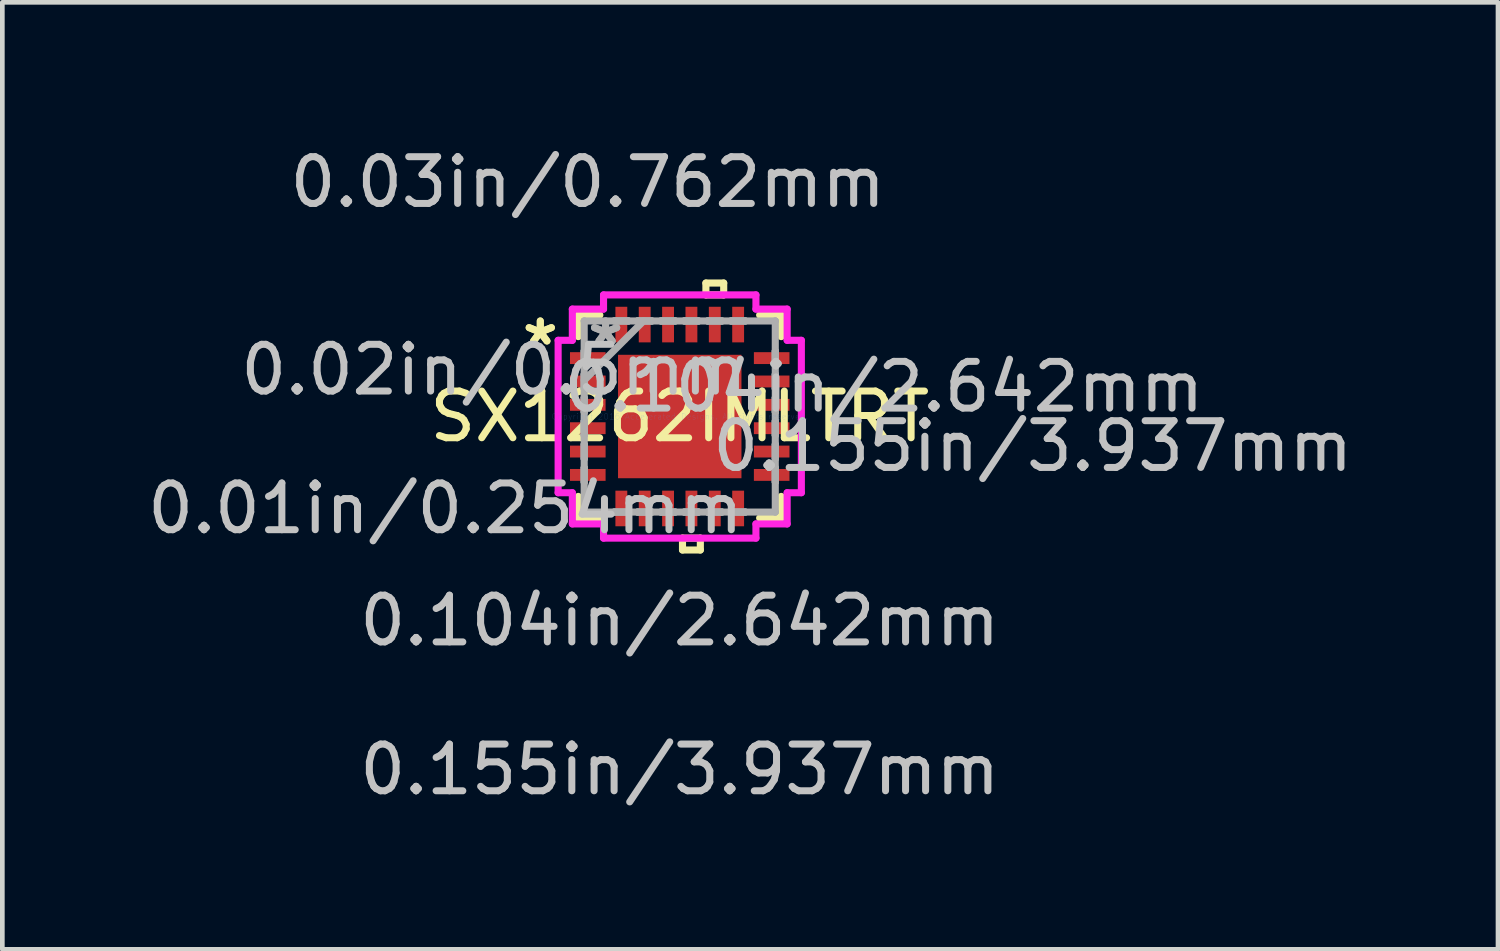
<source format=kicad_pcb>
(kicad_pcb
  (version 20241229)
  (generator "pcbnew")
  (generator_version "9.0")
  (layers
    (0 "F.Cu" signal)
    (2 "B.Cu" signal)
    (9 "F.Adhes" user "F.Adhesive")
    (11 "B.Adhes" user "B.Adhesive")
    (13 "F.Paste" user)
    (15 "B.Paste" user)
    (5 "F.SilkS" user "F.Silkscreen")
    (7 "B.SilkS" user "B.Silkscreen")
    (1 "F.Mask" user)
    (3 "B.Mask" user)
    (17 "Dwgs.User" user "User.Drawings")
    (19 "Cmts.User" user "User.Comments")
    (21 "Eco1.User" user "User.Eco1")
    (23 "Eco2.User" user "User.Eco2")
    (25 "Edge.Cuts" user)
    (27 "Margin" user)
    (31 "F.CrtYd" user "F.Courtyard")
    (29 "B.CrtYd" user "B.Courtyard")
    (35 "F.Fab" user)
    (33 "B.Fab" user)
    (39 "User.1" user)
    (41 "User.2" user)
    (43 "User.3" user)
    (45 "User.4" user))
  (footprint "SX1262IMLTRT"
    (layer "F.Cu")
    (at 11.499 5.865)
    (property "Reference" "SX1262IMLTRT" (at 0 0 0) (layer "F.SilkS") (effects (font (size 1 1) (thickness 0.15))))
    (attr through_hole)
    (fp_line (start -2.172 -2.172) (end -2.172 -1.71) (stroke (width 0.152) (type solid)) (layer "F.SilkS"))
    (fp_line (start -2.172 1.71) (end -2.172 2.172) (stroke (width 0.152) (type solid)) (layer "F.SilkS"))
    (fp_line (start -2.172 2.172) (end -1.71 2.172) (stroke (width 0.152) (type solid)) (layer "F.SilkS"))
    (fp_line (start -1.71 -2.172) (end -2.172 -2.172) (stroke (width 0.152) (type solid)) (layer "F.SilkS"))
    (fp_line (start 0.059 2.603) (end 0.059 2.857) (stroke (width 0.152) (type solid)) (layer "F.SilkS"))
    (fp_line (start 0.059 2.857) (end 0.441 2.857) (stroke (width 0.152) (type solid)) (layer "F.SilkS"))
    (fp_line (start 0.441 2.603) (end 0.059 2.603) (stroke (width 0.152) (type solid)) (layer "F.SilkS"))
    (fp_line (start 0.441 2.857) (end 0.441 2.603) (stroke (width 0.152) (type solid)) (layer "F.SilkS"))
    (fp_line (start 0.56 -2.857) (end 0.941 -2.857) (stroke (width 0.152) (type solid)) (layer "F.SilkS"))
    (fp_line (start 0.56 -2.603) (end 0.56 -2.857) (stroke (width 0.152) (type solid)) (layer "F.SilkS"))
    (fp_line (start 0.941 -2.857) (end 0.941 -2.603) (stroke (width 0.152) (type solid)) (layer "F.SilkS"))
    (fp_line (start 0.941 -2.603) (end 0.56 -2.603) (stroke (width 0.152) (type solid)) (layer "F.SilkS"))
    (fp_line (start 1.71 2.172) (end 2.172 2.172) (stroke (width 0.152) (type solid)) (layer "F.SilkS"))
    (fp_line (start 2.172 -2.172) (end 1.71 -2.172) (stroke (width 0.152) (type solid)) (layer "F.SilkS"))
    (fp_line (start 2.172 -1.71) (end 2.172 -2.172) (stroke (width 0.152) (type solid)) (layer "F.SilkS"))
    (fp_line (start 2.172 2.172) (end 2.172 1.71) (stroke (width 0.152) (type solid)) (layer "F.SilkS"))
    (fp_line (start -1.221 -1.221) (end -1.221 -0.1) (stroke (width 0.152) (type solid)) (layer "F.Paste"))
    (fp_line (start -1.221 -0.1) (end -0.1 -0.1) (stroke (width 0.152) (type solid)) (layer "F.Paste"))
    (fp_line (start -1.221 0.1) (end -1.221 1.221) (stroke (width 0.152) (type solid)) (layer "F.Paste"))
    (fp_line (start -1.221 1.221) (end -0.1 1.221) (stroke (width 0.152) (type solid)) (layer "F.Paste"))
    (fp_line (start -0.1 -1.221) (end -1.221 -1.221) (stroke (width 0.152) (type solid)) (layer "F.Paste"))
    (fp_line (start -0.1 -0.1) (end -0.1 -1.221) (stroke (width 0.152) (type solid)) (layer "F.Paste"))
    (fp_line (start -0.1 0.1) (end -1.221 0.1) (stroke (width 0.152) (type solid)) (layer "F.Paste"))
    (fp_line (start -0.1 1.221) (end -0.1 0.1) (stroke (width 0.152) (type solid)) (layer "F.Paste"))
    (fp_line (start 0.1 -1.221) (end 0.1 -0.1) (stroke (width 0.152) (type solid)) (layer "F.Paste"))
    (fp_line (start 0.1 -0.1) (end 1.221 -0.1) (stroke (width 0.152) (type solid)) (layer "F.Paste"))
    (fp_line (start 0.1 0.1) (end 0.1 1.221) (stroke (width 0.152) (type solid)) (layer "F.Paste"))
    (fp_line (start 0.1 1.221) (end 1.221 1.221) (stroke (width 0.152) (type solid)) (layer "F.Paste"))
    (fp_line (start 1.221 -1.221) (end 0.1 -1.221) (stroke (width 0.152) (type solid)) (layer "F.Paste"))
    (fp_line (start 1.221 -0.1) (end 1.221 -1.221) (stroke (width 0.152) (type solid)) (layer "F.Paste"))
    (fp_line (start 1.221 0.1) (end 0.1 0.1) (stroke (width 0.152) (type solid)) (layer "F.Paste"))
    (fp_line (start 1.221 1.221) (end 1.221 0.1) (stroke (width 0.152) (type solid)) (layer "F.Paste"))
    (fp_line (start -2.603 -1.631) (end -2.299 -1.631) (stroke (width 0.152) (type solid)) (layer "F.CrtYd"))
    (fp_line (start -2.603 1.631) (end -2.603 -1.631) (stroke (width 0.152) (type solid)) (layer "F.CrtYd"))
    (fp_line (start -2.299 -2.299) (end -1.631 -2.299) (stroke (width 0.152) (type solid)) (layer "F.CrtYd"))
    (fp_line (start -2.299 -1.631) (end -2.299 -2.299) (stroke (width 0.152) (type solid)) (layer "F.CrtYd"))
    (fp_line (start -2.299 1.631) (end -2.603 1.631) (stroke (width 0.152) (type solid)) (layer "F.CrtYd"))
    (fp_line (start -2.299 2.299) (end -2.299 1.631) (stroke (width 0.152) (type solid)) (layer "F.CrtYd"))
    (fp_line (start -1.631 -2.603) (end 1.631 -2.603) (stroke (width 0.152) (type solid)) (layer "F.CrtYd"))
    (fp_line (start -1.631 -2.299) (end -1.631 -2.603) (stroke (width 0.152) (type solid)) (layer "F.CrtYd"))
    (fp_line (start -1.631 2.299) (end -2.299 2.299) (stroke (width 0.152) (type solid)) (layer "F.CrtYd"))
    (fp_line (start -1.631 2.603) (end -1.631 2.299) (stroke (width 0.152) (type solid)) (layer "F.CrtYd"))
    (fp_line (start 1.631 -2.603) (end 1.631 -2.299) (stroke (width 0.152) (type solid)) (layer "F.CrtYd"))
    (fp_line (start 1.631 -2.299) (end 2.299 -2.299) (stroke (width 0.152) (type solid)) (layer "F.CrtYd"))
    (fp_line (start 1.631 2.299) (end 1.631 2.603) (stroke (width 0.152) (type solid)) (layer "F.CrtYd"))
    (fp_line (start 1.631 2.603) (end -1.631 2.603) (stroke (width 0.152) (type solid)) (layer "F.CrtYd"))
    (fp_line (start 2.299 -2.299) (end 2.299 -1.631) (stroke (width 0.152) (type solid)) (layer "F.CrtYd"))
    (fp_line (start 2.299 -1.631) (end 2.603 -1.631) (stroke (width 0.152) (type solid)) (layer "F.CrtYd"))
    (fp_line (start 2.299 1.631) (end 2.299 2.299) (stroke (width 0.152) (type solid)) (layer "F.CrtYd"))
    (fp_line (start 2.299 2.299) (end 1.631 2.299) (stroke (width 0.152) (type solid)) (layer "F.CrtYd"))
    (fp_line (start 2.603 -1.631) (end 2.603 1.631) (stroke (width 0.152) (type solid)) (layer "F.CrtYd"))
    (fp_line (start 2.603 1.631) (end 2.299 1.631) (stroke (width 0.152) (type solid)) (layer "F.CrtYd"))
    (fp_line (start -2.045 -2.045) (end -2.045 -2.045) (stroke (width 0.152) (type solid)) (layer "F.Fab"))
    (fp_line (start -2.045 -2.045) (end -2.045 2.045) (stroke (width 0.152) (type solid)) (layer "F.Fab"))
    (fp_line (start -2.045 -1.402) (end -2.045 -1.402) (stroke (width 0.152) (type solid)) (layer "F.Fab"))
    (fp_line (start -2.045 -1.402) (end -2.045 -1.098) (stroke (width 0.152) (type solid)) (layer "F.Fab"))
    (fp_line (start -2.045 -1.098) (end -2.045 -1.402) (stroke (width 0.152) (type solid)) (layer "F.Fab"))
    (fp_line (start -2.045 -1.098) (end -2.045 -1.098) (stroke (width 0.152) (type solid)) (layer "F.Fab"))
    (fp_line (start -2.045 -0.902) (end -2.045 -0.902) (stroke (width 0.152) (type solid)) (layer "F.Fab"))
    (fp_line (start -2.045 -0.902) (end -2.045 -0.598) (stroke (width 0.152) (type solid)) (layer "F.Fab"))
    (fp_line (start -2.045 -0.775) (end -0.775 -2.045) (stroke (width 0.152) (type solid)) (layer "F.Fab"))
    (fp_line (start -2.045 -0.598) (end -2.045 -0.902) (stroke (width 0.152) (type solid)) (layer "F.Fab"))
    (fp_line (start -2.045 -0.598) (end -2.045 -0.598) (stroke (width 0.152) (type solid)) (layer "F.Fab"))
    (fp_line (start -2.045 -0.402) (end -2.045 -0.402) (stroke (width 0.152) (type solid)) (layer "F.Fab"))
    (fp_line (start -2.045 -0.402) (end -2.045 -0.098) (stroke (width 0.152) (type solid)) (layer "F.Fab"))
    (fp_line (start -2.045 -0.098) (end -2.045 -0.402) (stroke (width 0.152) (type solid)) (layer "F.Fab"))
    (fp_line (start -2.045 -0.098) (end -2.045 -0.098) (stroke (width 0.152) (type solid)) (layer "F.Fab"))
    (fp_line (start -2.045 0.098) (end -2.045 0.098) (stroke (width 0.152) (type solid)) (layer "F.Fab"))
    (fp_line (start -2.045 0.098) (end -2.045 0.402) (stroke (width 0.152) (type solid)) (layer "F.Fab"))
    (fp_line (start -2.045 0.402) (end -2.045 0.098) (stroke (width 0.152) (type solid)) (layer "F.Fab"))
    (fp_line (start -2.045 0.402) (end -2.045 0.402) (stroke (width 0.152) (type solid)) (layer "F.Fab"))
    (fp_line (start -2.045 0.598) (end -2.045 0.598) (stroke (width 0.152) (type solid)) (layer "F.Fab"))
    (fp_line (start -2.045 0.598) (end -2.045 0.902) (stroke (width 0.152) (type solid)) (layer "F.Fab"))
    (fp_line (start -2.045 0.902) (end -2.045 0.598) (stroke (width 0.152) (type solid)) (layer "F.Fab"))
    (fp_line (start -2.045 0.902) (end -2.045 0.902) (stroke (width 0.152) (type solid)) (layer "F.Fab"))
    (fp_line (start -2.045 1.098) (end -2.045 1.098) (stroke (width 0.152) (type solid)) (layer "F.Fab"))
    (fp_line (start -2.045 1.098) (end -2.045 1.402) (stroke (width 0.152) (type solid)) (layer "F.Fab"))
    (fp_line (start -2.045 1.402) (end -2.045 1.098) (stroke (width 0.152) (type solid)) (layer "F.Fab"))
    (fp_line (start -2.045 1.402) (end -2.045 1.402) (stroke (width 0.152) (type solid)) (layer "F.Fab"))
    (fp_line (start -2.045 2.045) (end -2.045 2.045) (stroke (width 0.152) (type solid)) (layer "F.Fab"))
    (fp_line (start -2.045 2.045) (end 2.045 2.045) (stroke (width 0.152) (type solid)) (layer "F.Fab"))
    (fp_line (start -1.402 -2.045) (end -1.402 -2.045) (stroke (width 0.152) (type solid)) (layer "F.Fab"))
    (fp_line (start -1.402 -2.045) (end -1.098 -2.045) (stroke (width 0.152) (type solid)) (layer "F.Fab"))
    (fp_line (start -1.402 2.045) (end -1.402 2.045) (stroke (width 0.152) (type solid)) (layer "F.Fab"))
    (fp_line (start -1.402 2.045) (end -1.098 2.045) (stroke (width 0.152) (type solid)) (layer "F.Fab"))
    (fp_line (start -1.098 -2.045) (end -1.402 -2.045) (stroke (width 0.152) (type solid)) (layer "F.Fab"))
    (fp_line (start -1.098 -2.045) (end -1.098 -2.045) (stroke (width 0.152) (type solid)) (layer "F.Fab"))
    (fp_line (start -1.098 2.045) (end -1.402 2.045) (stroke (width 0.152) (type solid)) (layer "F.Fab"))
    (fp_line (start -1.098 2.045) (end -1.098 2.045) (stroke (width 0.152) (type solid)) (layer "F.Fab"))
    (fp_line (start -0.902 -2.045) (end -0.902 -2.045) (stroke (width 0.152) (type solid)) (layer "F.Fab"))
    (fp_line (start -0.902 -2.045) (end -0.598 -2.045) (stroke (width 0.152) (type solid)) (layer "F.Fab"))
    (fp_line (start -0.902 2.045) (end -0.902 2.045) (stroke (width 0.152) (type solid)) (layer "F.Fab"))
    (fp_line (start -0.902 2.045) (end -0.598 2.045) (stroke (width 0.152) (type solid)) (layer "F.Fab"))
    (fp_line (start -0.598 -2.045) (end -0.902 -2.045) (stroke (width 0.152) (type solid)) (layer "F.Fab"))
    (fp_line (start -0.598 -2.045) (end -0.598 -2.045) (stroke (width 0.152) (type solid)) (layer "F.Fab"))
    (fp_line (start -0.598 2.045) (end -0.902 2.045) (stroke (width 0.152) (type solid)) (layer "F.Fab"))
    (fp_line (start -0.598 2.045) (end -0.598 2.045) (stroke (width 0.152) (type solid)) (layer "F.Fab"))
    (fp_line (start -0.402 -2.045) (end -0.402 -2.045) (stroke (width 0.152) (type solid)) (layer "F.Fab"))
    (fp_line (start -0.402 -2.045) (end -0.098 -2.045) (stroke (width 0.152) (type solid)) (layer "F.Fab"))
    (fp_line (start -0.402 2.045) (end -0.402 2.045) (stroke (width 0.152) (type solid)) (layer "F.Fab"))
    (fp_line (start -0.402 2.045) (end -0.098 2.045) (stroke (width 0.152) (type solid)) (layer "F.Fab"))
    (fp_line (start -0.098 -2.045) (end -0.402 -2.045) (stroke (width 0.152) (type solid)) (layer "F.Fab"))
    (fp_line (start -0.098 -2.045) (end -0.098 -2.045) (stroke (width 0.152) (type solid)) (layer "F.Fab"))
    (fp_line (start -0.098 2.045) (end -0.402 2.045) (stroke (width 0.152) (type solid)) (layer "F.Fab"))
    (fp_line (start -0.098 2.045) (end -0.098 2.045) (stroke (width 0.152) (type solid)) (layer "F.Fab"))
    (fp_line (start 0.098 -2.045) (end 0.098 -2.045) (stroke (width 0.152) (type solid)) (layer "F.Fab"))
    (fp_line (start 0.098 -2.045) (end 0.402 -2.045) (stroke (width 0.152) (type solid)) (layer "F.Fab"))
    (fp_line (start 0.098 2.045) (end 0.098 2.045) (stroke (width 0.152) (type solid)) (layer "F.Fab"))
    (fp_line (start 0.098 2.045) (end 0.402 2.045) (stroke (width 0.152) (type solid)) (layer "F.Fab"))
    (fp_line (start 0.402 -2.045) (end 0.098 -2.045) (stroke (width 0.152) (type solid)) (layer "F.Fab"))
    (fp_line (start 0.402 -2.045) (end 0.402 -2.045) (stroke (width 0.152) (type solid)) (layer "F.Fab"))
    (fp_line (start 0.402 2.045) (end 0.098 2.045) (stroke (width 0.152) (type solid)) (layer "F.Fab"))
    (fp_line (start 0.402 2.045) (end 0.402 2.045) (stroke (width 0.152) (type solid)) (layer "F.Fab"))
    (fp_line (start 0.598 -2.045) (end 0.598 -2.045) (stroke (width 0.152) (type solid)) (layer "F.Fab"))
    (fp_line (start 0.598 -2.045) (end 0.902 -2.045) (stroke (width 0.152) (type solid)) (layer "F.Fab"))
    (fp_line (start 0.598 2.045) (end 0.598 2.045) (stroke (width 0.152) (type solid)) (layer "F.Fab"))
    (fp_line (start 0.598 2.045) (end 0.902 2.045) (stroke (width 0.152) (type solid)) (layer "F.Fab"))
    (fp_line (start 0.902 -2.045) (end 0.598 -2.045) (stroke (width 0.152) (type solid)) (layer "F.Fab"))
    (fp_line (start 0.902 -2.045) (end 0.902 -2.045) (stroke (width 0.152) (type solid)) (layer "F.Fab"))
    (fp_line (start 0.902 2.045) (end 0.598 2.045) (stroke (width 0.152) (type solid)) (layer "F.Fab"))
    (fp_line (start 0.902 2.045) (end 0.902 2.045) (stroke (width 0.152) (type solid)) (layer "F.Fab"))
    (fp_line (start 1.098 -2.045) (end 1.098 -2.045) (stroke (width 0.152) (type solid)) (layer "F.Fab"))
    (fp_line (start 1.098 -2.045) (end 1.402 -2.045) (stroke (width 0.152) (type solid)) (layer "F.Fab"))
    (fp_line (start 1.098 2.045) (end 1.098 2.045) (stroke (width 0.152) (type solid)) (layer "F.Fab"))
    (fp_line (start 1.098 2.045) (end 1.402 2.045) (stroke (width 0.152) (type solid)) (layer "F.Fab"))
    (fp_line (start 1.402 -2.045) (end 1.098 -2.045) (stroke (width 0.152) (type solid)) (layer "F.Fab"))
    (fp_line (start 1.402 -2.045) (end 1.402 -2.045) (stroke (width 0.152) (type solid)) (layer "F.Fab"))
    (fp_line (start 1.402 2.045) (end 1.098 2.045) (stroke (width 0.152) (type solid)) (layer "F.Fab"))
    (fp_line (start 1.402 2.045) (end 1.402 2.045) (stroke (width 0.152) (type solid)) (layer "F.Fab"))
    (fp_line (start 2.045 -2.045) (end -2.045 -2.045) (stroke (width 0.152) (type solid)) (layer "F.Fab"))
    (fp_line (start 2.045 -2.045) (end 2.045 -2.045) (stroke (width 0.152) (type solid)) (layer "F.Fab"))
    (fp_line (start 2.045 -1.402) (end 2.045 -1.402) (stroke (width 0.152) (type solid)) (layer "F.Fab"))
    (fp_line (start 2.045 -1.402) (end 2.045 -1.098) (stroke (width 0.152) (type solid)) (layer "F.Fab"))
    (fp_line (start 2.045 -1.098) (end 2.045 -1.402) (stroke (width 0.152) (type solid)) (layer "F.Fab"))
    (fp_line (start 2.045 -1.098) (end 2.045 -1.098) (stroke (width 0.152) (type solid)) (layer "F.Fab"))
    (fp_line (start 2.045 -0.902) (end 2.045 -0.902) (stroke (width 0.152) (type solid)) (layer "F.Fab"))
    (fp_line (start 2.045 -0.902) (end 2.045 -0.598) (stroke (width 0.152) (type solid)) (layer "F.Fab"))
    (fp_line (start 2.045 -0.598) (end 2.045 -0.902) (stroke (width 0.152) (type solid)) (layer "F.Fab"))
    (fp_line (start 2.045 -0.598) (end 2.045 -0.598) (stroke (width 0.152) (type solid)) (layer "F.Fab"))
    (fp_line (start 2.045 -0.402) (end 2.045 -0.402) (stroke (width 0.152) (type solid)) (layer "F.Fab"))
    (fp_line (start 2.045 -0.402) (end 2.045 -0.098) (stroke (width 0.152) (type solid)) (layer "F.Fab"))
    (fp_line (start 2.045 -0.098) (end 2.045 -0.402) (stroke (width 0.152) (type solid)) (layer "F.Fab"))
    (fp_line (start 2.045 -0.098) (end 2.045 -0.098) (stroke (width 0.152) (type solid)) (layer "F.Fab"))
    (fp_line (start 2.045 0.098) (end 2.045 0.098) (stroke (width 0.152) (type solid)) (layer "F.Fab"))
    (fp_line (start 2.045 0.098) (end 2.045 0.402) (stroke (width 0.152) (type solid)) (layer "F.Fab"))
    (fp_line (start 2.045 0.402) (end 2.045 0.098) (stroke (width 0.152) (type solid)) (layer "F.Fab"))
    (fp_line (start 2.045 0.402) (end 2.045 0.402) (stroke (width 0.152) (type solid)) (layer "F.Fab"))
    (fp_line (start 2.045 0.598) (end 2.045 0.598) (stroke (width 0.152) (type solid)) (layer "F.Fab"))
    (fp_line (start 2.045 0.598) (end 2.045 0.902) (stroke (width 0.152) (type solid)) (layer "F.Fab"))
    (fp_line (start 2.045 0.902) (end 2.045 0.598) (stroke (width 0.152) (type solid)) (layer "F.Fab"))
    (fp_line (start 2.045 0.902) (end 2.045 0.902) (stroke (width 0.152) (type solid)) (layer "F.Fab"))
    (fp_line (start 2.045 1.098) (end 2.045 1.098) (stroke (width 0.152) (type solid)) (layer "F.Fab"))
    (fp_line (start 2.045 1.098) (end 2.045 1.402) (stroke (width 0.152) (type solid)) (layer "F.Fab"))
    (fp_line (start 2.045 1.402) (end 2.045 1.098) (stroke (width 0.152) (type solid)) (layer "F.Fab"))
    (fp_line (start 2.045 1.402) (end 2.045 1.402) (stroke (width 0.152) (type solid)) (layer "F.Fab"))
    (fp_line (start 2.045 2.045) (end 2.045 -2.045) (stroke (width 0.152) (type solid)) (layer "F.Fab"))
    (fp_line (start 2.045 2.045) (end 2.045 2.045) (stroke (width 0.152) (type solid)) (layer "F.Fab"))
    (fp_text user "*" (at -2.985 -1.5 0) (layer "F.SilkS") (effects (font (size 1 1) (thickness 0.15))))
    (fp_text user "*" (at -2.985 -1.5 0) (layer "F.SilkS") (effects (font (size 1 1) (thickness 0.15))))
    (fp_text user "0.155in/3.937mm" (at 0 7.556 0) (layer "Dwgs.User") (effects (font (size 1 1) (thickness 0.15))))
    (fp_text user "0.01in/0.254mm" (at -5.016 1.968 0) (layer "Dwgs.User") (effects (font (size 1 1) (thickness 0.15))))
    (fp_text user "0.104in/2.642mm" (at 0 4.369 0) (layer "Dwgs.User") (effects (font (size 1 1) (thickness 0.15))))
    (fp_text user "0.02in/0.5mm" (at -3.975 -1 0) (layer "Dwgs.User") (effects (font (size 1 1) (thickness 0.15))))
    (fp_text user "0.155in/3.937mm" (at 7.556 0.635 0) (layer "Dwgs.User") (effects (font (size 1 1) (thickness 0.15))))
    (fp_text user "0.104in/2.642mm" (at 4.369 -0.635 0) (layer "Dwgs.User") (effects (font (size 1 1) (thickness 0.15))))
    (fp_text user "0.03in/0.762mm" (at -1.968 -5.016 0) (layer "Dwgs.User") (effects (font (size 1 1) (thickness 0.15))))
    (fp_text user "Copyright 2016 Accelerated Designs. All rights reserved." (at 0 0 0) (layer "Cmts.User") (effects (font (size 0.127 0.127) (thickness 0.002))))
    (fp_text user "*" (at -1.587 -1.5 0) (layer "F.Fab") (effects (font (size 1 1) (thickness 0.15))))
    (fp_text user "*" (at -1.587 -1.5 0) (layer "F.Fab") (effects (font (size 1 1) (thickness 0.15))))
    (pad "1" smd rect (at -1.968 -1.25 90) (size 0.254 0.762) (layers "F.Cu" "F.Mask" "F.Paste"))
    (pad "2" smd rect (at -1.968 -0.75 90) (size 0.254 0.762) (layers "F.Cu" "F.Mask" "F.Paste"))
    (pad "3" smd rect (at -1.968 -0.25 90) (size 0.254 0.762) (layers "F.Cu" "F.Mask" "F.Paste"))
    (pad "4" smd rect (at -1.968 0.25 90) (size 0.254 0.762) (layers "F.Cu" "F.Mask" "F.Paste"))
    (pad "5" smd rect (at -1.968 0.75 90) (size 0.254 0.762) (layers "F.Cu" "F.Mask" "F.Paste"))
    (pad "6" smd rect (at -1.968 1.25 90) (size 0.254 0.762) (layers "F.Cu" "F.Mask" "F.Paste"))
    (pad "7" smd rect (at -1.25 1.968) (size 0.254 0.762) (layers "F.Cu" "F.Mask" "F.Paste"))
    (pad "8" smd rect (at -0.75 1.968) (size 0.254 0.762) (layers "F.Cu" "F.Mask" "F.Paste"))
    (pad "9" smd rect (at -0.25 1.968) (size 0.254 0.762) (layers "F.Cu" "F.Mask" "F.Paste"))
    (pad "10" smd rect (at 0.25 1.968) (size 0.254 0.762) (layers "F.Cu" "F.Mask" "F.Paste"))
    (pad "11" smd rect (at 0.75 1.968) (size 0.254 0.762) (layers "F.Cu" "F.Mask" "F.Paste"))
    (pad "12" smd rect (at 1.25 1.968) (size 0.254 0.762) (layers "F.Cu" "F.Mask" "F.Paste"))
    (pad "13" smd rect (at 1.968 1.25 90) (size 0.254 0.762) (layers "F.Cu" "F.Mask" "F.Paste"))
    (pad "14" smd rect (at 1.968 0.75 90) (size 0.254 0.762) (layers "F.Cu" "F.Mask" "F.Paste"))
    (pad "15" smd rect (at 1.968 0.25 90) (size 0.254 0.762) (layers "F.Cu" "F.Mask" "F.Paste"))
    (pad "16" smd rect (at 1.968 -0.25 90) (size 0.254 0.762) (layers "F.Cu" "F.Mask" "F.Paste"))
    (pad "17" smd rect (at 1.968 -0.75 90) (size 0.254 0.762) (layers "F.Cu" "F.Mask" "F.Paste"))
    (pad "18" smd rect (at 1.968 -1.25 90) (size 0.254 0.762) (layers "F.Cu" "F.Mask" "F.Paste"))
    (pad "19" smd rect (at 1.25 -1.968) (size 0.254 0.762) (layers "F.Cu" "F.Mask" "F.Paste"))
    (pad "20" smd rect (at 0.75 -1.968) (size 0.254 0.762) (layers "F.Cu" "F.Mask" "F.Paste"))
    (pad "21" smd rect (at 0.25 -1.968) (size 0.254 0.762) (layers "F.Cu" "F.Mask" "F.Paste"))
    (pad "22" smd rect (at -0.25 -1.968) (size 0.254 0.762) (layers "F.Cu" "F.Mask" "F.Paste"))
    (pad "23" smd rect (at -0.75 -1.968) (size 0.254 0.762) (layers "F.Cu" "F.Mask" "F.Paste"))
    (pad "24" smd rect (at -1.25 -1.968) (size 0.254 0.762) (layers "F.Cu" "F.Mask" "F.Paste"))
    (pad "25" smd rect (at 0 0) (size 2.642 2.642) (layers "F.Cu" "F.Mask" "F.Paste")))
  (gr_rect
    (start -3 -3)
    (end 29.013 17.27)
    (stroke (width 0.1) (type default))
    (fill no)
    (layer "Edge.Cuts")))
</source>
